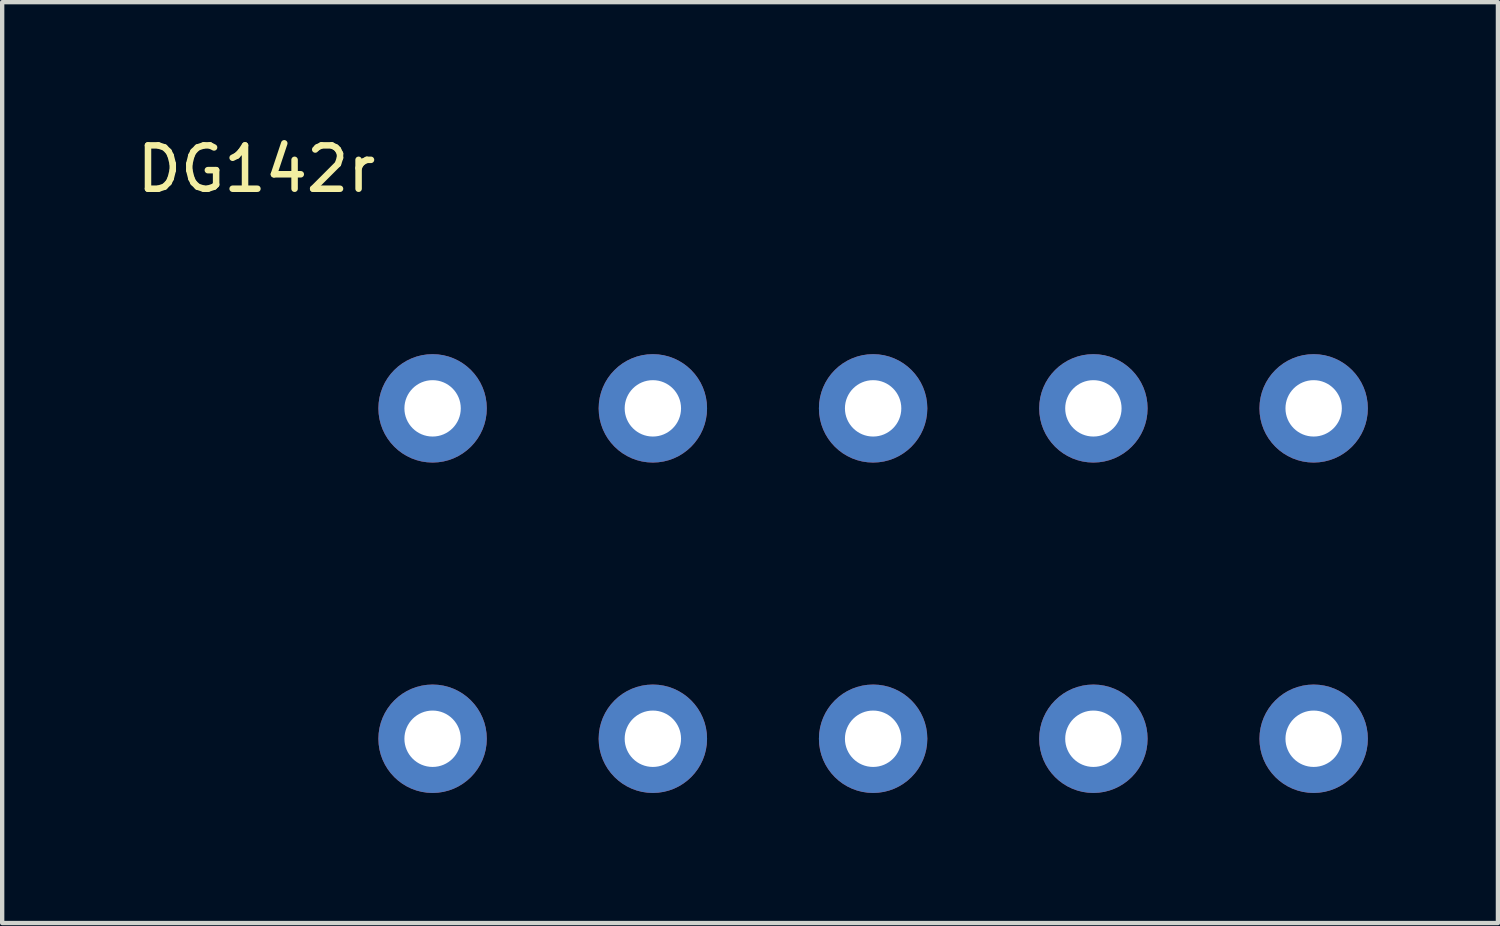
<source format=kicad_pcb>
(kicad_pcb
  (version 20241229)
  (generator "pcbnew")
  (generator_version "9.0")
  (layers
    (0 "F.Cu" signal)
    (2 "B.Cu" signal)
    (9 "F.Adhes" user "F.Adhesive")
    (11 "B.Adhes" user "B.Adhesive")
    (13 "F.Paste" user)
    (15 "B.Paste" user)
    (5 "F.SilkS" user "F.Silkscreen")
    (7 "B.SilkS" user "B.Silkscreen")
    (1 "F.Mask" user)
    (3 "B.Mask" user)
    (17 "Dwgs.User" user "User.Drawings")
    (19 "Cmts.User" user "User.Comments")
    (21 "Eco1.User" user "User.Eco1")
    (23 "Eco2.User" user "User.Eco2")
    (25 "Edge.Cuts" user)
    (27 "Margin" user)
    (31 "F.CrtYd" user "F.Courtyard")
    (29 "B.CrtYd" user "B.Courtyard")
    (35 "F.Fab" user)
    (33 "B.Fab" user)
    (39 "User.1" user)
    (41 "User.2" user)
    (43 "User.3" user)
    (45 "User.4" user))
  (footprint "DG142r"
    (layer "F.Cu")
    (at 5.657 3.828)
    (property "Reference" "DG142r" (at -2.794 -2.98 0) (layer "F.SilkS") (effects (font (size 1 1) (thickness 0.15))))
    (attr through_hole)
    (pad "1" thru_hole circle (at 1.27 2.54) (size 2.5 2.5) (drill 1.3) (layers "*.Cu" "*.Mask"))
    (pad "1" thru_hole circle (at 1.27 10.16) (size 2.5 2.5) (drill 1.3) (layers "*.Cu" "*.Mask"))
    (pad "2" thru_hole circle (at 6.35 2.54) (size 2.5 2.5) (drill 1.3) (layers "*.Cu" "*.Mask"))
    (pad "2" thru_hole circle (at 6.35 10.16) (size 2.5 2.5) (drill 1.3) (layers "*.Cu" "*.Mask"))
    (pad "3" thru_hole circle (at 11.43 2.54) (size 2.5 2.5) (drill 1.3) (layers "*.Cu" "*.Mask"))
    (pad "3" thru_hole circle (at 11.43 10.16) (size 2.5 2.5) (drill 1.3) (layers "*.Cu" "*.Mask"))
    (pad "4" thru_hole circle (at 16.51 2.54) (size 2.5 2.5) (drill 1.3) (layers "*.Cu" "*.Mask"))
    (pad "4" thru_hole circle (at 16.51 10.16) (size 2.5 2.5) (drill 1.3) (layers "*.Cu" "*.Mask"))
    (pad "5" thru_hole circle (at 21.59 2.54) (size 2.5 2.5) (drill 1.3) (layers "*.Cu" "*.Mask"))
    (pad "5" thru_hole circle (at 21.59 10.16) (size 2.5 2.5) (drill 1.3) (layers "*.Cu" "*.Mask")))
  (gr_rect
    (start -3 -3)
    (end 31.497 18.238)
    (stroke (width 0.1) (type default))
    (fill no)
    (layer "Edge.Cuts")))
</source>
